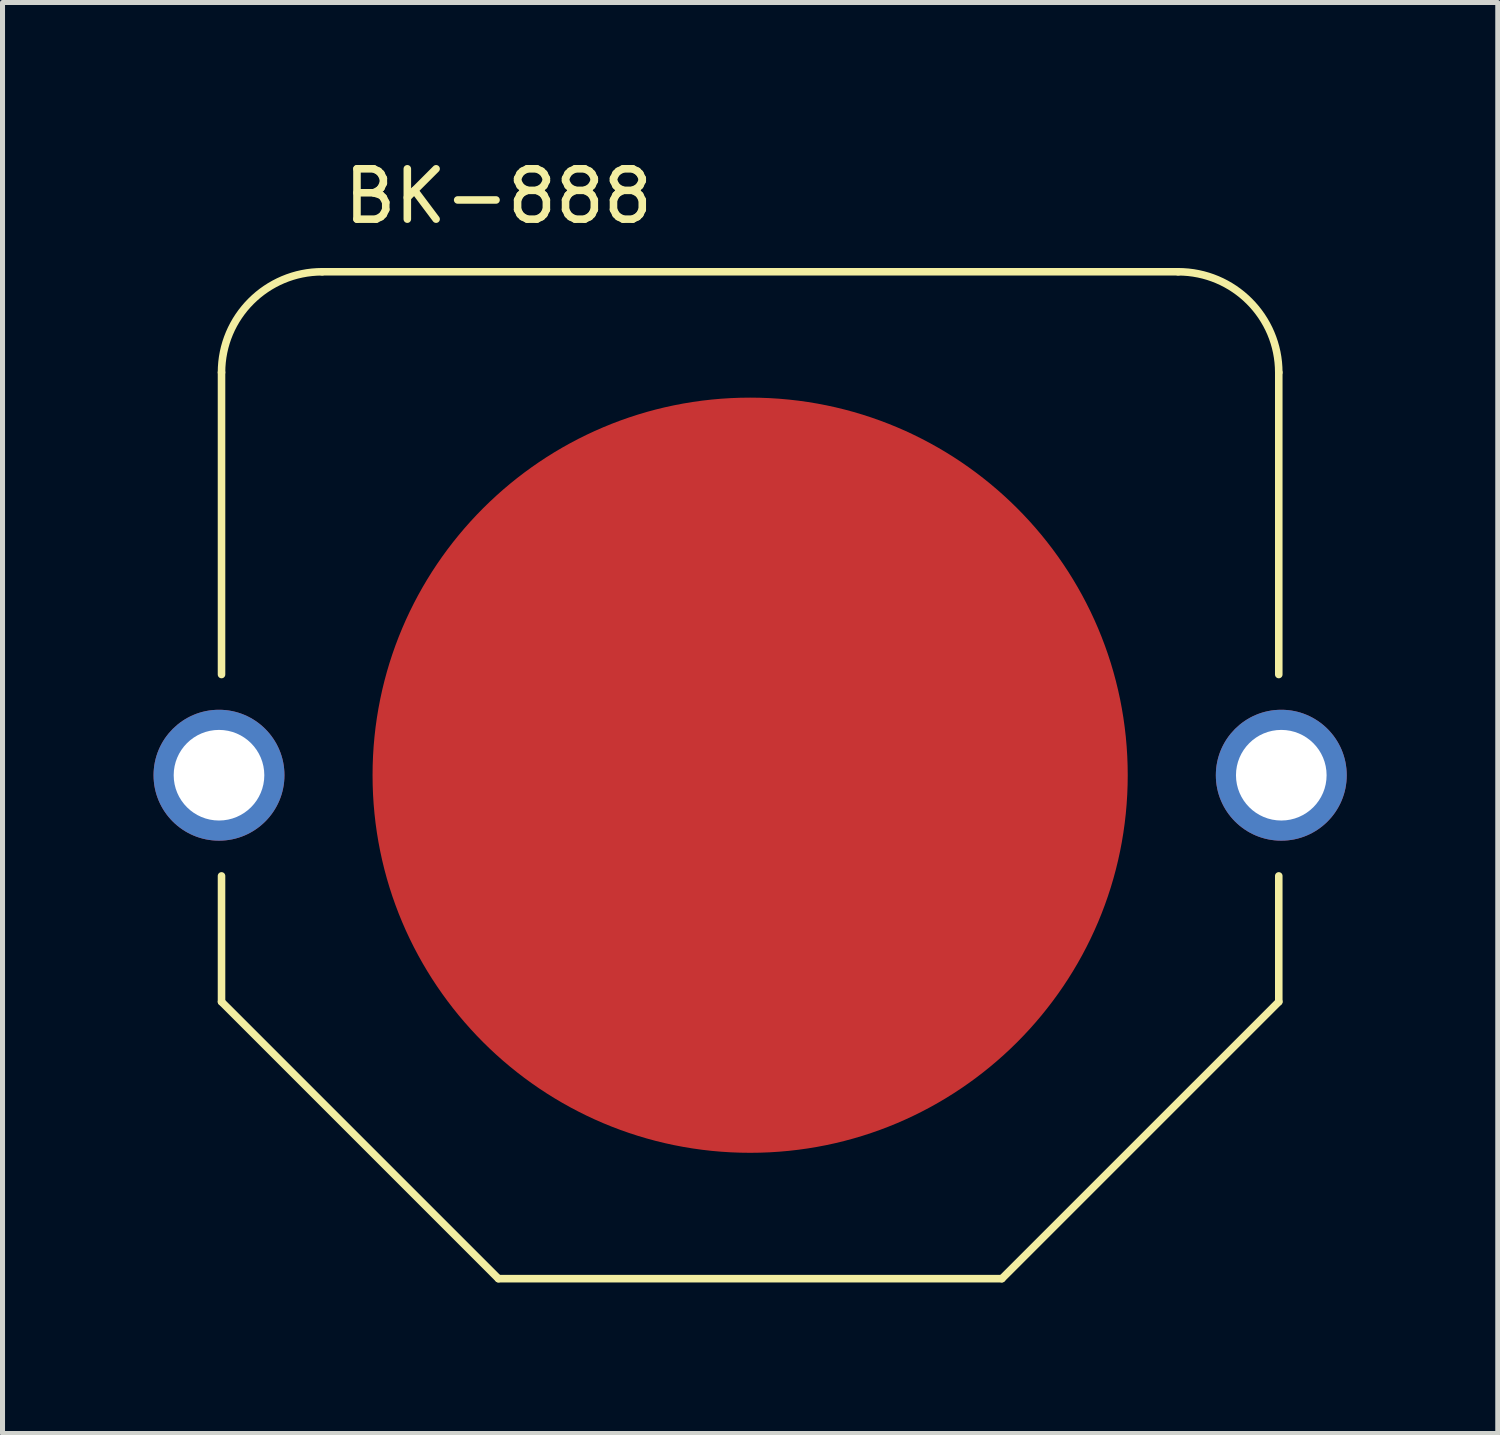
<source format=kicad_pcb>
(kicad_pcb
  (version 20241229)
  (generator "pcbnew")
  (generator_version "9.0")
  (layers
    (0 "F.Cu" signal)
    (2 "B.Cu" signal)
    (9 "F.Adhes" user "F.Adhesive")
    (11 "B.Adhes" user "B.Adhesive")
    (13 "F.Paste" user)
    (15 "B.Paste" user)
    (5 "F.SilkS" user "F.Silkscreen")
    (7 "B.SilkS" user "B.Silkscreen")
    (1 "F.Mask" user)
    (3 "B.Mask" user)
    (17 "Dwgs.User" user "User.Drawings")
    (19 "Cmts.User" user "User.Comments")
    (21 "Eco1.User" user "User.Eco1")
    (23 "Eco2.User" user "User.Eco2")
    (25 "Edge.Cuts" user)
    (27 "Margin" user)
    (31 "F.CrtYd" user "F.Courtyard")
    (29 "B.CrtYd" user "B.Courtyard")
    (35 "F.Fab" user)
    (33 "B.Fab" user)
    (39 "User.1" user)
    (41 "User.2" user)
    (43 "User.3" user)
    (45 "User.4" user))
  (footprint "BK-888"
    (layer "F.Cu")
    (at 11.85 12.348)
    (property "Reference" "BK-888" (at -5 -11.5 0) (layer "F.SilkS") (effects (font (size 1 1) (thickness 0.15))))
    (attr through_hole)
    (fp_line (start -10.5 -8) (end -10.5 -2) (stroke (width 0.15) (type solid)) (layer "F.SilkS"))
    (fp_line (start -10.5 4.5) (end -10.5 2) (stroke (width 0.15) (type solid)) (layer "F.SilkS"))
    (fp_line (start -8.5 -10) (end 8.5 -10) (stroke (width 0.15) (type solid)) (layer "F.SilkS"))
    (fp_line (start -5 10) (end -10.5 4.5) (stroke (width 0.15) (type solid)) (layer "F.SilkS"))
    (fp_line (start -5 10) (end 5 10) (stroke (width 0.15) (type solid)) (layer "F.SilkS"))
    (fp_line (start 5 10) (end 10.5 4.5) (stroke (width 0.15) (type solid)) (layer "F.SilkS"))
    (fp_line (start 10.5 -8) (end 10.5 -2) (stroke (width 0.15) (type solid)) (layer "F.SilkS"))
    (fp_line (start 10.5 4.5) (end 10.5 2) (stroke (width 0.15) (type solid)) (layer "F.SilkS"))
    (fp_arc (start -10.5 -8) (mid -9.914214 -9.414214) (end -8.5 -10) (stroke (width 0.15) (type solid)) (layer "F.SilkS"))
    (fp_arc (start 8.5 -10) (mid 9.914214 -9.414214) (end 10.5 -8) (stroke (width 0.15) (type solid)) (layer "F.SilkS"))
    (pad "1" thru_hole circle (at -10.55 0) (size 2.6 2.6) (drill 1.8) (layers "*.Cu" "*.Mask"))
    (pad "1" thru_hole circle (at 10.55 0) (size 2.6 2.6) (drill 1.8) (layers "*.Cu" "*.Mask"))
    (pad "2" smd circle (at 0 0) (size 15 15) (layers "F.Cu" "F.Mask" "F.Paste")))
  (gr_rect
    (start -3 -3)
    (end 26.7 25.423)
    (stroke (width 0.1) (type default))
    (fill no)
    (layer "Edge.Cuts")))
</source>
